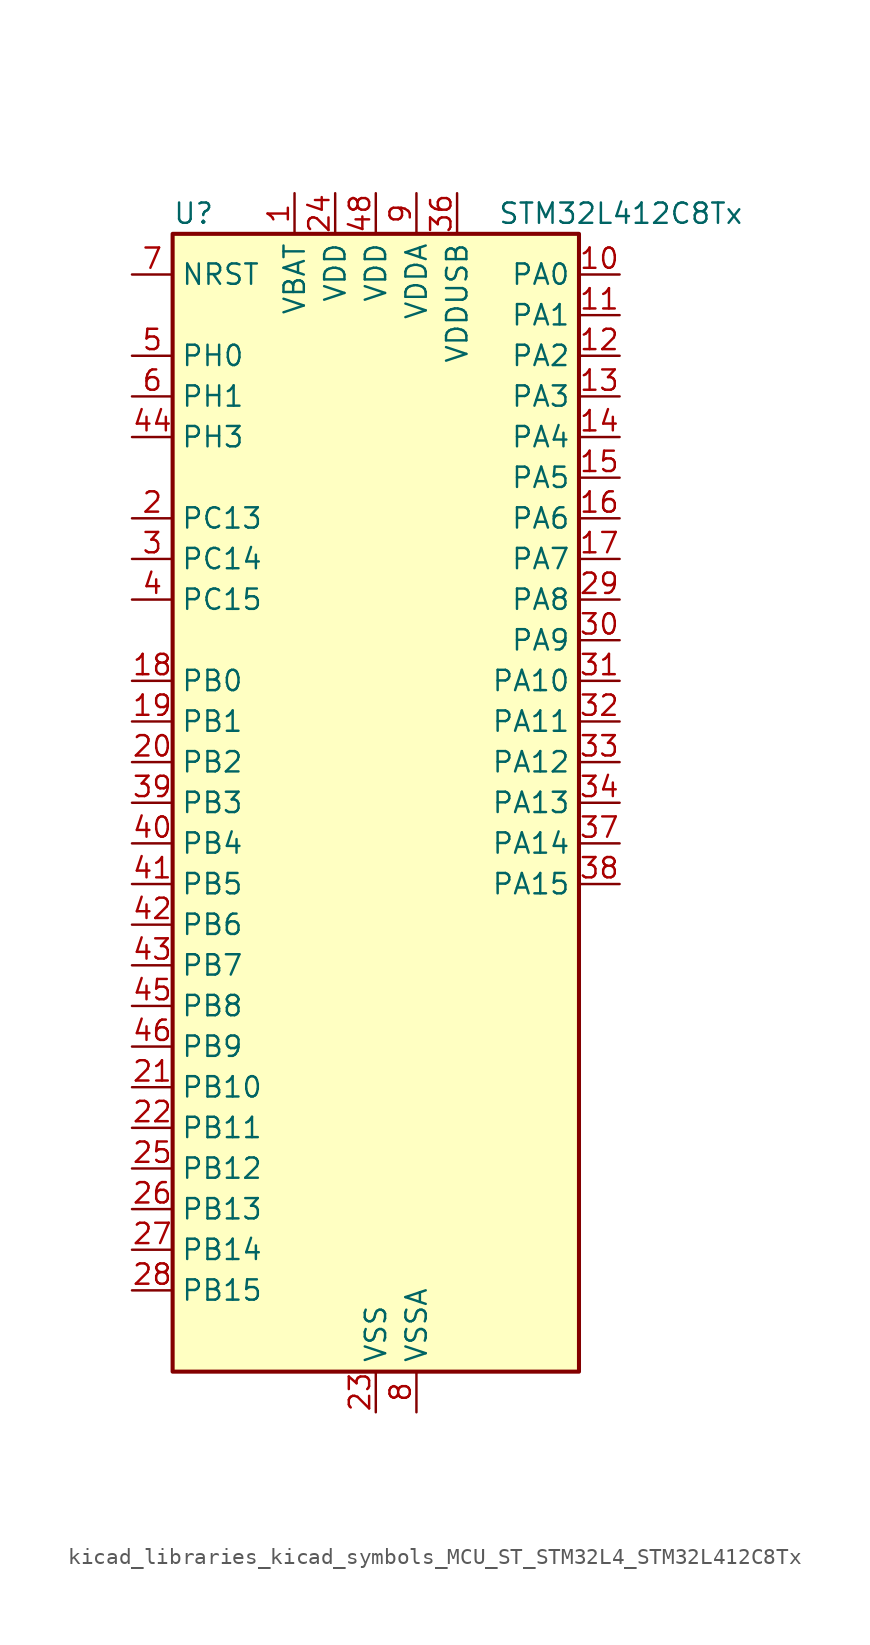
<source format=kicad_sym>
(kicad_symbol_lib
  (version 20220914)
  (generator kicad_symbol_editor)
  (symbol "kicad_libraries_kicad_symbols_MCU_ST_STM32L4_STM32L412C8Tx"
    (property "Reference" "U"
      (at -12.7 36.83 0)
      (effects (font (size 1.27 1.27)) (justify left)))
    (property "Value" "STM32L412C8Tx"
      (at 7.62 36.83 0)
      (effects (font (size 1.27 1.27)) (justify left)))
    (property "ki_locked" ""
      (at 0 0 0)
      (effects (font (size 1.27 1.27))))
    (symbol "kicad_libraries_kicad_symbols_MCU_ST_STM32L4_STM32L412C8Tx_0_1"
      (rectangle (start -12.7 -35.56) (end 12.7 35.56) (stroke (width 0.254) (type default)) (fill (type background))))
    (symbol "kicad_libraries_kicad_symbols_MCU_ST_STM32L4_STM32L412C8Tx_1_1"
      (pin power_in line (at -5.08 38.1 270) (length 2.54) (name "VBAT" (effects (font (size 1.27 1.27)))) (number "1" (effects (font (size 1.27 1.27)))))
      (pin bidirectional line (at 15.24 33.02 180) (length 2.54) (name "PA0" (effects (font (size 1.27 1.27)))) (number "10" (effects (font (size 1.27 1.27)))) (alternate "ADC1_IN5" bidirectional line) (alternate "COMP1_INM" bidirectional line) (alternate "COMP1_OUT" bidirectional line) (alternate "OPAMP1_VINP" bidirectional line) (alternate "RTC_TAMP2" bidirectional line) (alternate "SYS_WKUP1" bidirectional line) (alternate "TIM2_CH1" bidirectional line) (alternate "TIM2_ETR" bidirectional line) (alternate "USART2_CTS" bidirectional line))
      (pin bidirectional line (at 15.24 30.48 180) (length 2.54) (name "PA1" (effects (font (size 1.27 1.27)))) (number "11" (effects (font (size 1.27 1.27)))) (alternate "ADC1_IN6" bidirectional line) (alternate "COMP1_INP" bidirectional line) (alternate "I2C1_SMBA" bidirectional line) (alternate "OPAMP1_VINM" bidirectional line) (alternate "SPI1_SCK" bidirectional line) (alternate "TIM15_CH1N" bidirectional line) (alternate "TIM2_CH2" bidirectional line) (alternate "USART2_DE" bidirectional line) (alternate "USART2_RTS" bidirectional line))
      (pin bidirectional line (at 15.24 27.94 180) (length 2.54) (name "PA2" (effects (font (size 1.27 1.27)))) (number "12" (effects (font (size 1.27 1.27)))) (alternate "ADC1_IN7" bidirectional line) (alternate "ADC2_IN7" bidirectional line) (alternate "LPUART1_TX" bidirectional line) (alternate "QUADSPI_BK1_NCS" bidirectional line) (alternate "RCC_LSCO" bidirectional line) (alternate "SYS_WKUP4" bidirectional line) (alternate "TIM15_CH1" bidirectional line) (alternate "TIM2_CH3" bidirectional line) (alternate "USART2_TX" bidirectional line))
      (pin bidirectional line (at 15.24 25.4 180) (length 2.54) (name "PA3" (effects (font (size 1.27 1.27)))) (number "13" (effects (font (size 1.27 1.27)))) (alternate "ADC1_IN8" bidirectional line) (alternate "ADC2_IN8" bidirectional line) (alternate "LPUART1_RX" bidirectional line) (alternate "OPAMP1_VOUT" bidirectional line) (alternate "QUADSPI_CLK" bidirectional line) (alternate "TIM15_CH2" bidirectional line) (alternate "TIM2_CH4" bidirectional line) (alternate "USART2_RX" bidirectional line))
      (pin bidirectional line (at 15.24 22.86 180) (length 2.54) (name "PA4" (effects (font (size 1.27 1.27)))) (number "14" (effects (font (size 1.27 1.27)))) (alternate "ADC1_IN9" bidirectional line) (alternate "ADC2_IN9" bidirectional line) (alternate "COMP1_INM" bidirectional line) (alternate "LPTIM2_OUT" bidirectional line) (alternate "SPI1_NSS" bidirectional line) (alternate "USART2_CK" bidirectional line))
      (pin bidirectional line (at 15.24 20.32 180) (length 2.54) (name "PA5" (effects (font (size 1.27 1.27)))) (number "15" (effects (font (size 1.27 1.27)))) (alternate "ADC1_IN10" bidirectional line) (alternate "ADC2_IN10" bidirectional line) (alternate "COMP1_INM" bidirectional line) (alternate "LPTIM2_ETR" bidirectional line) (alternate "SPI1_SCK" bidirectional line) (alternate "TIM2_CH1" bidirectional line) (alternate "TIM2_ETR" bidirectional line))
      (pin bidirectional line (at 15.24 17.78 180) (length 2.54) (name "PA6" (effects (font (size 1.27 1.27)))) (number "16" (effects (font (size 1.27 1.27)))) (alternate "ADC1_IN11" bidirectional line) (alternate "ADC2_IN11" bidirectional line) (alternate "COMP1_OUT" bidirectional line) (alternate "LPUART1_CTS" bidirectional line) (alternate "QUADSPI_BK1_IO3" bidirectional line) (alternate "SPI1_MISO" bidirectional line) (alternate "TIM16_CH1" bidirectional line) (alternate "TIM1_BKIN" bidirectional line) (alternate "USART3_CTS" bidirectional line))
      (pin bidirectional line (at 15.24 15.24 180) (length 2.54) (name "PA7" (effects (font (size 1.27 1.27)))) (number "17" (effects (font (size 1.27 1.27)))) (alternate "ADC1_IN12" bidirectional line) (alternate "ADC2_IN12" bidirectional line) (alternate "I2C3_SCL" bidirectional line) (alternate "QUADSPI_BK1_IO2" bidirectional line) (alternate "SPI1_MOSI" bidirectional line) (alternate "TIM1_CH1N" bidirectional line))
      (pin bidirectional line (at -15.24 7.62 0) (length 2.54) (name "PB0" (effects (font (size 1.27 1.27)))) (number "18" (effects (font (size 1.27 1.27)))) (alternate "ADC1_IN15" bidirectional line) (alternate "ADC2_IN15" bidirectional line) (alternate "COMP1_OUT" bidirectional line) (alternate "QUADSPI_BK1_IO1" bidirectional line) (alternate "SPI1_NSS" bidirectional line) (alternate "SYS_TRACED0" bidirectional line) (alternate "TIM1_CH2N" bidirectional line) (alternate "USART3_CK" bidirectional line))
      (pin bidirectional line (at -15.24 5.08 0) (length 2.54) (name "PB1" (effects (font (size 1.27 1.27)))) (number "19" (effects (font (size 1.27 1.27)))) (alternate "ADC1_IN16" bidirectional line) (alternate "ADC2_IN16" bidirectional line) (alternate "COMP1_INM" bidirectional line) (alternate "LPTIM2_IN1" bidirectional line) (alternate "LPUART1_DE" bidirectional line) (alternate "LPUART1_RTS" bidirectional line) (alternate "QUADSPI_BK1_IO0" bidirectional line) (alternate "SYS_TRACED1" bidirectional line) (alternate "TIM1_CH3N" bidirectional line) (alternate "USART3_DE" bidirectional line) (alternate "USART3_RTS" bidirectional line))
      (pin bidirectional line (at -15.24 17.78 0) (length 2.54) (name "PC13" (effects (font (size 1.27 1.27)))) (number "2" (effects (font (size 1.27 1.27)))) (alternate "RTC_OUT_ALARM" bidirectional line) (alternate "RTC_OUT_CALIB" bidirectional line) (alternate "RTC_TAMP1" bidirectional line) (alternate "RTC_TS" bidirectional line) (alternate "SYS_WKUP2" bidirectional line))
      (pin bidirectional line (at -15.24 2.54 0) (length 2.54) (name "PB2" (effects (font (size 1.27 1.27)))) (number "20" (effects (font (size 1.27 1.27)))) (alternate "COMP1_INP" bidirectional line) (alternate "I2C3_SMBA" bidirectional line) (alternate "LPTIM1_OUT" bidirectional line) (alternate "RTC_OUT_ALARM" bidirectional line) (alternate "RTC_OUT_CALIB" bidirectional line))
      (pin bidirectional line (at -15.24 -17.78 0) (length 2.54) (name "PB10" (effects (font (size 1.27 1.27)))) (number "21" (effects (font (size 1.27 1.27)))) (alternate "COMP1_OUT" bidirectional line) (alternate "I2C2_SCL" bidirectional line) (alternate "LPUART1_RX" bidirectional line) (alternate "QUADSPI_CLK" bidirectional line) (alternate "SPI2_SCK" bidirectional line) (alternate "TIM2_CH3" bidirectional line) (alternate "TSC_SYNC" bidirectional line) (alternate "USART3_TX" bidirectional line))
      (pin bidirectional line (at -15.24 -20.32 0) (length 2.54) (name "PB11" (effects (font (size 1.27 1.27)))) (number "22" (effects (font (size 1.27 1.27)))) (alternate "ADC1_EXTI11" bidirectional line) (alternate "ADC2_EXTI11" bidirectional line) (alternate "I2C2_SDA" bidirectional line) (alternate "LPUART1_TX" bidirectional line) (alternate "QUADSPI_BK1_NCS" bidirectional line) (alternate "TIM2_CH4" bidirectional line) (alternate "USART3_RX" bidirectional line))
      (pin power_in line (at 0 -38.1 90) (length 2.54) (name "VSS" (effects (font (size 1.27 1.27)))) (number "23" (effects (font (size 1.27 1.27)))))
      (pin power_in line (at -2.54 38.1 270) (length 2.54) (name "VDD" (effects (font (size 1.27 1.27)))) (number "24" (effects (font (size 1.27 1.27)))))
      (pin bidirectional line (at -15.24 -22.86 0) (length 2.54) (name "PB12" (effects (font (size 1.27 1.27)))) (number "25" (effects (font (size 1.27 1.27)))) (alternate "I2C2_SMBA" bidirectional line) (alternate "LPUART1_DE" bidirectional line) (alternate "LPUART1_RTS" bidirectional line) (alternate "SPI2_NSS" bidirectional line) (alternate "TIM15_BKIN" bidirectional line) (alternate "TIM1_BKIN" bidirectional line) (alternate "TSC_G1_IO1" bidirectional line) (alternate "USART3_CK" bidirectional line))
      (pin bidirectional line (at -15.24 -25.4 0) (length 2.54) (name "PB13" (effects (font (size 1.27 1.27)))) (number "26" (effects (font (size 1.27 1.27)))) (alternate "I2C2_SCL" bidirectional line) (alternate "LPUART1_CTS" bidirectional line) (alternate "SPI2_SCK" bidirectional line) (alternate "TIM15_CH1N" bidirectional line) (alternate "TIM1_CH1N" bidirectional line) (alternate "TSC_G1_IO2" bidirectional line) (alternate "USART3_CTS" bidirectional line))
      (pin bidirectional line (at -15.24 -27.94 0) (length 2.54) (name "PB14" (effects (font (size 1.27 1.27)))) (number "27" (effects (font (size 1.27 1.27)))) (alternate "I2C2_SDA" bidirectional line) (alternate "SPI2_MISO" bidirectional line) (alternate "TIM15_CH1" bidirectional line) (alternate "TIM1_CH2N" bidirectional line) (alternate "TSC_G1_IO3" bidirectional line) (alternate "USART3_DE" bidirectional line) (alternate "USART3_RTS" bidirectional line))
      (pin bidirectional line (at -15.24 -30.48 0) (length 2.54) (name "PB15" (effects (font (size 1.27 1.27)))) (number "28" (effects (font (size 1.27 1.27)))) (alternate "ADC1_EXTI15" bidirectional line) (alternate "ADC2_EXTI15" bidirectional line) (alternate "RTC_REFIN" bidirectional line) (alternate "SPI2_MOSI" bidirectional line) (alternate "TIM15_CH2" bidirectional line) (alternate "TIM1_CH3N" bidirectional line) (alternate "TSC_G1_IO4" bidirectional line))
      (pin bidirectional line (at 15.24 12.7 180) (length 2.54) (name "PA8" (effects (font (size 1.27 1.27)))) (number "29" (effects (font (size 1.27 1.27)))) (alternate "LPTIM2_OUT" bidirectional line) (alternate "RCC_MCO" bidirectional line) (alternate "TIM1_CH1" bidirectional line) (alternate "USART1_CK" bidirectional line))
      (pin bidirectional line (at -15.24 15.24 0) (length 2.54) (name "PC14" (effects (font (size 1.27 1.27)))) (number "3" (effects (font (size 1.27 1.27)))) (alternate "RCC_OSC32_IN" bidirectional line))
      (pin bidirectional line (at 15.24 10.16 180) (length 2.54) (name "PA9" (effects (font (size 1.27 1.27)))) (number "30" (effects (font (size 1.27 1.27)))) (alternate "I2C1_SCL" bidirectional line) (alternate "TIM15_BKIN" bidirectional line) (alternate "TIM1_CH2" bidirectional line) (alternate "USART1_TX" bidirectional line))
      (pin bidirectional line (at 15.24 7.62 180) (length 2.54) (name "PA10" (effects (font (size 1.27 1.27)))) (number "31" (effects (font (size 1.27 1.27)))) (alternate "CRS_SYNC" bidirectional line) (alternate "I2C1_SDA" bidirectional line) (alternate "TIM1_CH3" bidirectional line) (alternate "USART1_RX" bidirectional line))
      (pin bidirectional line (at 15.24 5.08 180) (length 2.54) (name "PA11" (effects (font (size 1.27 1.27)))) (number "32" (effects (font (size 1.27 1.27)))) (alternate "ADC1_EXTI11" bidirectional line) (alternate "ADC2_EXTI11" bidirectional line) (alternate "COMP1_OUT" bidirectional line) (alternate "SPI1_MISO" bidirectional line) (alternate "TIM1_BKIN2" bidirectional line) (alternate "TIM1_BKIN2_COMP1" bidirectional line) (alternate "TIM1_CH4" bidirectional line) (alternate "USART1_CTS" bidirectional line) (alternate "USB_DM" bidirectional line))
      (pin bidirectional line (at 15.24 2.54 180) (length 2.54) (name "PA12" (effects (font (size 1.27 1.27)))) (number "33" (effects (font (size 1.27 1.27)))) (alternate "SPI1_MOSI" bidirectional line) (alternate "TIM1_ETR" bidirectional line) (alternate "USART1_DE" bidirectional line) (alternate "USART1_RTS" bidirectional line) (alternate "USB_DP" bidirectional line))
      (pin bidirectional line (at 15.24 0 180) (length 2.54) (name "PA13" (effects (font (size 1.27 1.27)))) (number "34" (effects (font (size 1.27 1.27)))) (alternate "IR_OUT" bidirectional line) (alternate "SYS_JTMS-SWDIO" bidirectional line) (alternate "USB_NOE" bidirectional line))
      (pin passive line (at 0 -38.1 90) (length 2.54) hide (name "VSS" (effects (font (size 1.27 1.27)))) (number "35" (effects (font (size 1.27 1.27)))))
      (pin power_in line (at 5.08 38.1 270) (length 2.54) (name "VDDUSB" (effects (font (size 1.27 1.27)))) (number "36" (effects (font (size 1.27 1.27)))))
      (pin bidirectional line (at 15.24 -2.54 180) (length 2.54) (name "PA14" (effects (font (size 1.27 1.27)))) (number "37" (effects (font (size 1.27 1.27)))) (alternate "I2C1_SMBA" bidirectional line) (alternate "LPTIM1_OUT" bidirectional line) (alternate "SYS_JTCK-SWCLK" bidirectional line))
      (pin bidirectional line (at 15.24 -5.08 180) (length 2.54) (name "PA15" (effects (font (size 1.27 1.27)))) (number "38" (effects (font (size 1.27 1.27)))) (alternate "ADC1_EXTI15" bidirectional line) (alternate "ADC2_EXTI15" bidirectional line) (alternate "SPI1_NSS" bidirectional line) (alternate "SYS_JTDI" bidirectional line) (alternate "TIM2_CH1" bidirectional line) (alternate "TIM2_ETR" bidirectional line) (alternate "USART2_RX" bidirectional line) (alternate "USART3_DE" bidirectional line) (alternate "USART3_RTS" bidirectional line))
      (pin bidirectional line (at -15.24 0 0) (length 2.54) (name "PB3" (effects (font (size 1.27 1.27)))) (number "39" (effects (font (size 1.27 1.27)))) (alternate "SPI1_SCK" bidirectional line) (alternate "SYS_JTDO-SWO" bidirectional line) (alternate "TIM2_CH2" bidirectional line) (alternate "USART1_DE" bidirectional line) (alternate "USART1_RTS" bidirectional line))
      (pin bidirectional line (at -15.24 12.7 0) (length 2.54) (name "PC15" (effects (font (size 1.27 1.27)))) (number "4" (effects (font (size 1.27 1.27)))) (alternate "ADC1_EXTI15" bidirectional line) (alternate "ADC2_EXTI15" bidirectional line) (alternate "RCC_OSC32_OUT" bidirectional line))
      (pin bidirectional line (at -15.24 -2.54 0) (length 2.54) (name "PB4" (effects (font (size 1.27 1.27)))) (number "40" (effects (font (size 1.27 1.27)))) (alternate "I2C3_SDA" bidirectional line) (alternate "SPI1_MISO" bidirectional line) (alternate "SYS_JTRST" bidirectional line) (alternate "TSC_G2_IO1" bidirectional line) (alternate "USART1_CTS" bidirectional line))
      (pin bidirectional line (at -15.24 -5.08 0) (length 2.54) (name "PB5" (effects (font (size 1.27 1.27)))) (number "41" (effects (font (size 1.27 1.27)))) (alternate "I2C1_SMBA" bidirectional line) (alternate "LPTIM1_IN1" bidirectional line) (alternate "SPI1_MOSI" bidirectional line) (alternate "SYS_TRACED2" bidirectional line) (alternate "TIM16_BKIN" bidirectional line) (alternate "TSC_G2_IO2" bidirectional line) (alternate "USART1_CK" bidirectional line))
      (pin bidirectional line (at -15.24 -7.62 0) (length 2.54) (name "PB6" (effects (font (size 1.27 1.27)))) (number "42" (effects (font (size 1.27 1.27)))) (alternate "I2C1_SCL" bidirectional line) (alternate "LPTIM1_ETR" bidirectional line) (alternate "SYS_TRACED3" bidirectional line) (alternate "TIM16_CH1N" bidirectional line) (alternate "TSC_G2_IO3" bidirectional line) (alternate "USART1_TX" bidirectional line))
      (pin bidirectional line (at -15.24 -10.16 0) (length 2.54) (name "PB7" (effects (font (size 1.27 1.27)))) (number "43" (effects (font (size 1.27 1.27)))) (alternate "I2C1_SDA" bidirectional line) (alternate "LPTIM1_IN2" bidirectional line) (alternate "SYS_PVD_IN" bidirectional line) (alternate "SYS_TRACECLK" bidirectional line) (alternate "TSC_G2_IO4" bidirectional line) (alternate "USART1_RX" bidirectional line))
      (pin bidirectional line (at -15.24 22.86 0) (length 2.54) (name "PH3" (effects (font (size 1.27 1.27)))) (number "44" (effects (font (size 1.27 1.27)))))
      (pin bidirectional line (at -15.24 -12.7 0) (length 2.54) (name "PB8" (effects (font (size 1.27 1.27)))) (number "45" (effects (font (size 1.27 1.27)))) (alternate "I2C1_SCL" bidirectional line) (alternate "TIM16_CH1" bidirectional line))
      (pin bidirectional line (at -15.24 -15.24 0) (length 2.54) (name "PB9" (effects (font (size 1.27 1.27)))) (number "46" (effects (font (size 1.27 1.27)))) (alternate "I2C1_SDA" bidirectional line) (alternate "IR_OUT" bidirectional line) (alternate "SPI2_NSS" bidirectional line))
      (pin passive line (at 0 -38.1 90) (length 2.54) hide (name "VSS" (effects (font (size 1.27 1.27)))) (number "47" (effects (font (size 1.27 1.27)))))
      (pin power_in line (at 0 38.1 270) (length 2.54) (name "VDD" (effects (font (size 1.27 1.27)))) (number "48" (effects (font (size 1.27 1.27)))))
      (pin bidirectional line (at -15.24 27.94 0) (length 2.54) (name "PH0" (effects (font (size 1.27 1.27)))) (number "5" (effects (font (size 1.27 1.27)))) (alternate "RCC_OSC_IN" bidirectional line))
      (pin bidirectional line (at -15.24 25.4 0) (length 2.54) (name "PH1" (effects (font (size 1.27 1.27)))) (number "6" (effects (font (size 1.27 1.27)))) (alternate "RCC_OSC_OUT" bidirectional line))
      (pin input line (at -15.24 33.02 0) (length 2.54) (name "NRST" (effects (font (size 1.27 1.27)))) (number "7" (effects (font (size 1.27 1.27)))))
      (pin power_in line (at 2.54 -38.1 90) (length 2.54) (name "VSSA" (effects (font (size 1.27 1.27)))) (number "8" (effects (font (size 1.27 1.27)))))
      (pin power_in line (at 2.54 38.1 270) (length 2.54) (name "VDDA" (effects (font (size 1.27 1.27)))) (number "9" (effects (font (size 1.27 1.27))))))))
</source>
